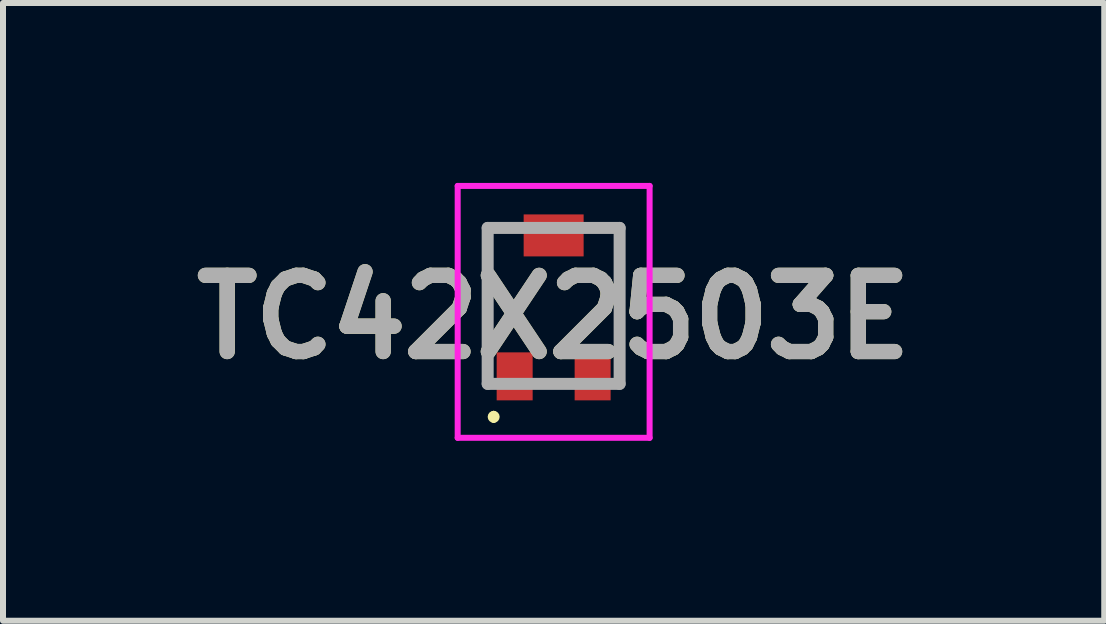
<source format=kicad_pcb>
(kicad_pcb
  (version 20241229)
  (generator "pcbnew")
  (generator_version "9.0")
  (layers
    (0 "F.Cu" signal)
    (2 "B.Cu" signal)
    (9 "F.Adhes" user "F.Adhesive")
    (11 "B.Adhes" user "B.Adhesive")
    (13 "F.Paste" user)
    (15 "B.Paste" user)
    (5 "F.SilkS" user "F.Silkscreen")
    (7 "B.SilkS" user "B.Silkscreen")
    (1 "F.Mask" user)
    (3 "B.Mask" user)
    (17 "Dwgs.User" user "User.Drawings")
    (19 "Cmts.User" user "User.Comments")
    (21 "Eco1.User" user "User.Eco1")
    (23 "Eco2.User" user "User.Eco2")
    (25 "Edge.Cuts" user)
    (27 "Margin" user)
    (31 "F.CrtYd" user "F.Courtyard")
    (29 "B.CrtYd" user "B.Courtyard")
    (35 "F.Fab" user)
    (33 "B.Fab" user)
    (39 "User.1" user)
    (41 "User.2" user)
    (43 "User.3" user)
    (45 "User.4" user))
  (footprint "TC42X2503E"
    (layer "F.Cu")
    (at 6.181 2.05)
    (property "Reference" "TC42X2503E" (at 0 0.187 0) (layer "F.SilkS") (effects (font (size 1.27 1.27) (thickness 0.254))))
    (attr smd)
    (fp_line (start -1.1 -1.3) (end -1.1 0.6) (stroke (width 0.1) (type solid)) (layer "F.SilkS"))
    (fp_line (start -1 1.8) (end -1 1.8) (stroke (width 0.1) (type solid)) (layer "F.SilkS"))
    (fp_line (start -1 1.9) (end -1 1.9) (stroke (width 0.1) (type solid)) (layer "F.SilkS"))
    (fp_line (start -0.8 -1.3) (end -1.1 -1.3) (stroke (width 0.1) (type solid)) (layer "F.SilkS"))
    (fp_line (start 0.8 -1.3) (end 1.1 -1.3) (stroke (width 0.1) (type solid)) (layer "F.SilkS"))
    (fp_line (start 1.1 -1.3) (end 1.1 0.6) (stroke (width 0.1) (type solid)) (layer "F.SilkS"))
    (fp_arc (start -1 1.8) (mid -0.95 1.85) (end -1 1.9) (stroke (width 0.1) (type solid)) (layer "F.SilkS"))
    (fp_arc (start -1 1.9) (mid -1.05 1.85) (end -1 1.8) (stroke (width 0.1) (type solid)) (layer "F.SilkS"))
    (fp_line (start -1.6 -2) (end 1.6 -2) (stroke (width 0.1) (type solid)) (layer "F.CrtYd"))
    (fp_line (start -1.6 2.2) (end -1.6 -2) (stroke (width 0.1) (type solid)) (layer "F.CrtYd"))
    (fp_line (start 1.6 -2) (end 1.6 2.2) (stroke (width 0.1) (type solid)) (layer "F.CrtYd"))
    (fp_line (start 1.6 2.2) (end -1.6 2.2) (stroke (width 0.1) (type solid)) (layer "F.CrtYd"))
    (fp_line (start -1.1 -1.3) (end 1.1 -1.3) (stroke (width 0.2) (type solid)) (layer "F.Fab"))
    (fp_line (start -1.1 1.3) (end -1.1 -1.3) (stroke (width 0.2) (type solid)) (layer "F.Fab"))
    (fp_line (start 1.1 -1.3) (end 1.1 1.3) (stroke (width 0.2) (type solid)) (layer "F.Fab"))
    (fp_line (start 1.1 1.3) (end -1.1 1.3) (stroke (width 0.2) (type solid)) (layer "F.Fab"))
    (fp_text user "${REFERENCE}" (at 0 0.187 0) (layer "F.Fab") (effects (font (size 1.27 1.27) (thickness 0.254))))
    (pad "1" smd rect (at -0.65 1.175) (size 0.6 0.8) (layers "F.Cu" "F.Mask" "F.Paste"))
    (pad "2" smd rect (at 0 -1.175 90) (size 0.7 1) (layers "F.Cu" "F.Mask" "F.Paste"))
    (pad "3" smd rect (at 0.65 1.175) (size 0.6 0.8) (layers "F.Cu" "F.Mask" "F.Paste")))
  (gr_rect
    (start -3 -3)
    (end 15.361 7.3)
    (stroke (width 0.1) (type default))
    (fill no)
    (layer "Edge.Cuts")))
</source>
